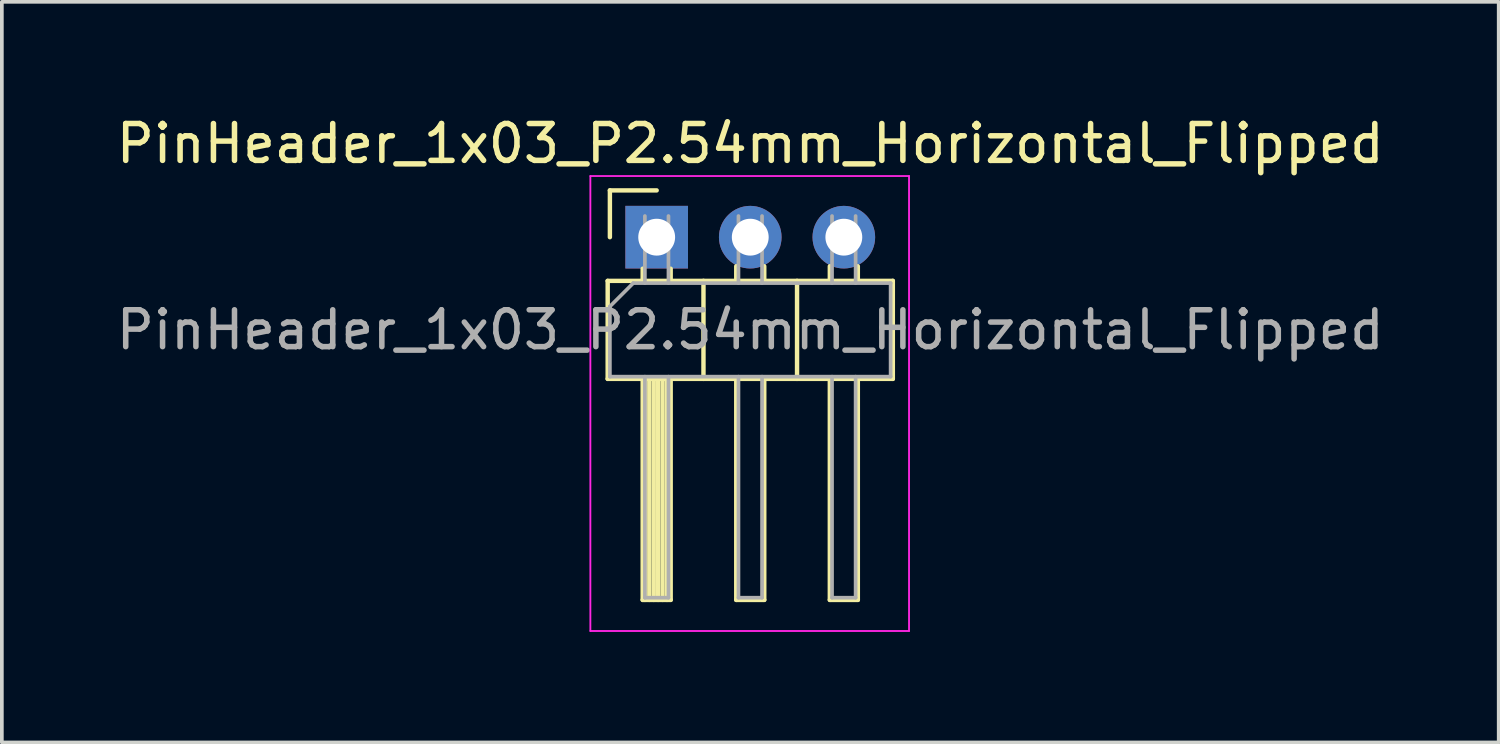
<source format=kicad_pcb>
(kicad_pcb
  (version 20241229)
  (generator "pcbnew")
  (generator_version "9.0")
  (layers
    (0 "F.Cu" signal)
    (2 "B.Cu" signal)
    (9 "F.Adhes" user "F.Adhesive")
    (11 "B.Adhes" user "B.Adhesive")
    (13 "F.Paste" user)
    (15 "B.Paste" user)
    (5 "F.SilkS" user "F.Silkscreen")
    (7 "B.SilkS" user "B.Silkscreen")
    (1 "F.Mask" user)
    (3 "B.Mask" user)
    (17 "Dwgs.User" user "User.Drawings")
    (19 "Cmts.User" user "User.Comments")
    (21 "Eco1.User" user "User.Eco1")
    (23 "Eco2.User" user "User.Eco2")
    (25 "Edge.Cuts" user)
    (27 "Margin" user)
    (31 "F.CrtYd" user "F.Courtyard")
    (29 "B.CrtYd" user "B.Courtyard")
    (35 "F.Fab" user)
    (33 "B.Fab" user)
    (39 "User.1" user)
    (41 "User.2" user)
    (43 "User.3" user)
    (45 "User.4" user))
  (footprint "PinHeader_1x03_P2.54mm_Horizontal_Flipped"
    (layer "F.Cu")
    (at 17.315 7.833)
    (property "Reference" "PinHeader_1x03_P2.54mm_Horizontal_Flipped" (at 0 -6.985 0) (layer "F.SilkS") (effects (font (size 1 1) (thickness 0.15))))
    (attr through_hole)
    (fp_line (start -3.87 -3.259) (end 3.87 -3.259) (stroke (width 0.12) (type solid)) (layer "F.SilkS"))
    (fp_line (start -3.87 -0.599) (end -3.87 -3.259) (stroke (width 0.12) (type solid)) (layer "F.SilkS"))
    (fp_line (start -3.81 -5.715) (end -3.81 -4.445) (stroke (width 0.12) (type solid)) (layer "F.SilkS"))
    (fp_line (start -2.92 -3.589) (end -2.92 -3.259) (stroke (width 0.12) (type solid)) (layer "F.SilkS"))
    (fp_line (start -2.92 -0.599) (end -2.92 5.401) (stroke (width 0.12) (type solid)) (layer "F.SilkS"))
    (fp_line (start -2.92 5.401) (end -2.16 5.401) (stroke (width 0.12) (type solid)) (layer "F.SilkS"))
    (fp_line (start -2.86 -0.599) (end -2.86 5.401) (stroke (width 0.12) (type solid)) (layer "F.SilkS"))
    (fp_line (start -2.74 -0.599) (end -2.74 5.401) (stroke (width 0.12) (type solid)) (layer "F.SilkS"))
    (fp_line (start -2.62 -0.599) (end -2.62 5.401) (stroke (width 0.12) (type solid)) (layer "F.SilkS"))
    (fp_line (start -2.54 -5.715) (end -3.81 -5.715) (stroke (width 0.12) (type solid)) (layer "F.SilkS"))
    (fp_line (start -2.5 -0.599) (end -2.5 5.401) (stroke (width 0.12) (type solid)) (layer "F.SilkS"))
    (fp_line (start -2.38 -0.599) (end -2.38 5.401) (stroke (width 0.12) (type solid)) (layer "F.SilkS"))
    (fp_line (start -2.26 -0.599) (end -2.26 5.401) (stroke (width 0.12) (type solid)) (layer "F.SilkS"))
    (fp_line (start -2.16 -3.589) (end -2.16 -3.259) (stroke (width 0.12) (type solid)) (layer "F.SilkS"))
    (fp_line (start -2.16 5.401) (end -2.16 -0.599) (stroke (width 0.12) (type solid)) (layer "F.SilkS"))
    (fp_line (start -1.27 -3.259) (end -1.27 -0.599) (stroke (width 0.12) (type solid)) (layer "F.SilkS"))
    (fp_line (start -0.38 -3.656) (end -0.38 -3.259) (stroke (width 0.12) (type solid)) (layer "F.SilkS"))
    (fp_line (start -0.38 -0.599) (end -0.38 5.401) (stroke (width 0.12) (type solid)) (layer "F.SilkS"))
    (fp_line (start -0.38 5.401) (end 0.38 5.401) (stroke (width 0.12) (type solid)) (layer "F.SilkS"))
    (fp_line (start 0.38 -3.656) (end 0.38 -3.259) (stroke (width 0.12) (type solid)) (layer "F.SilkS"))
    (fp_line (start 0.38 5.401) (end 0.38 -0.599) (stroke (width 0.12) (type solid)) (layer "F.SilkS"))
    (fp_line (start 1.27 -3.259) (end 1.27 -0.599) (stroke (width 0.12) (type solid)) (layer "F.SilkS"))
    (fp_line (start 2.16 -3.656) (end 2.16 -3.259) (stroke (width 0.12) (type solid)) (layer "F.SilkS"))
    (fp_line (start 2.16 -0.599) (end 2.16 5.401) (stroke (width 0.12) (type solid)) (layer "F.SilkS"))
    (fp_line (start 2.16 5.401) (end 2.92 5.401) (stroke (width 0.12) (type solid)) (layer "F.SilkS"))
    (fp_line (start 2.92 -3.656) (end 2.92 -3.259) (stroke (width 0.12) (type solid)) (layer "F.SilkS"))
    (fp_line (start 2.92 5.401) (end 2.92 -0.599) (stroke (width 0.12) (type solid)) (layer "F.SilkS"))
    (fp_line (start 3.87 -3.259) (end 3.87 -0.599) (stroke (width 0.12) (type solid)) (layer "F.SilkS"))
    (fp_line (start 3.87 -0.599) (end -3.87 -0.599) (stroke (width 0.12) (type solid)) (layer "F.SilkS"))
    (fp_line (start -4.34 -6.105) (end -4.34 6.245) (stroke (width 0.05) (type solid)) (layer "F.CrtYd"))
    (fp_line (start -4.34 6.245) (end 4.31 6.245) (stroke (width 0.05) (type solid)) (layer "F.CrtYd"))
    (fp_line (start 4.31 -6.105) (end -4.34 -6.105) (stroke (width 0.05) (type solid)) (layer "F.CrtYd"))
    (fp_line (start 4.31 6.245) (end 4.31 -6.105) (stroke (width 0.05) (type solid)) (layer "F.CrtYd"))
    (fp_line (start -3.81 -2.564) (end -3.81 -0.659) (stroke (width 0.1) (type solid)) (layer "F.Fab"))
    (fp_line (start -3.81 -0.659) (end 3.81 -0.659) (stroke (width 0.1) (type solid)) (layer "F.Fab"))
    (fp_line (start -3.175 -3.199) (end -3.81 -2.564) (stroke (width 0.1) (type solid)) (layer "F.Fab"))
    (fp_line (start -2.86 -5.019) (end -2.86 -3.199) (stroke (width 0.1) (type solid)) (layer "F.Fab"))
    (fp_line (start -2.86 -4.125) (end -2.22 -4.125) (stroke (width 0.1) (type solid)) (layer "F.Fab"))
    (fp_line (start -2.86 -0.659) (end -2.86 5.341) (stroke (width 0.1) (type solid)) (layer "F.Fab"))
    (fp_line (start -2.86 5.341) (end -2.22 5.341) (stroke (width 0.1) (type solid)) (layer "F.Fab"))
    (fp_line (start -2.22 -5.019) (end -2.22 -3.199) (stroke (width 0.1) (type solid)) (layer "F.Fab"))
    (fp_line (start -2.22 -0.659) (end -2.22 5.341) (stroke (width 0.1) (type solid)) (layer "F.Fab"))
    (fp_line (start -0.32 -5.019) (end -0.32 -3.199) (stroke (width 0.1) (type solid)) (layer "F.Fab"))
    (fp_line (start -0.32 -4.125) (end 0.32 -4.125) (stroke (width 0.1) (type solid)) (layer "F.Fab"))
    (fp_line (start -0.32 -0.659) (end -0.32 5.341) (stroke (width 0.1) (type solid)) (layer "F.Fab"))
    (fp_line (start -0.32 5.341) (end 0.32 5.341) (stroke (width 0.1) (type solid)) (layer "F.Fab"))
    (fp_line (start 0.32 -5.019) (end 0.32 -3.199) (stroke (width 0.1) (type solid)) (layer "F.Fab"))
    (fp_line (start 0.32 -0.659) (end 0.32 5.341) (stroke (width 0.1) (type solid)) (layer "F.Fab"))
    (fp_line (start 2.22 -5.019) (end 2.22 -3.199) (stroke (width 0.1) (type solid)) (layer "F.Fab"))
    (fp_line (start 2.22 -4.125) (end 2.86 -4.125) (stroke (width 0.1) (type solid)) (layer "F.Fab"))
    (fp_line (start 2.22 -0.659) (end 2.22 5.341) (stroke (width 0.1) (type solid)) (layer "F.Fab"))
    (fp_line (start 2.22 5.341) (end 2.86 5.341) (stroke (width 0.1) (type solid)) (layer "F.Fab"))
    (fp_line (start 2.86 -5.019) (end 2.86 -3.199) (stroke (width 0.1) (type solid)) (layer "F.Fab"))
    (fp_line (start 2.86 -0.659) (end 2.86 5.341) (stroke (width 0.1) (type solid)) (layer "F.Fab"))
    (fp_line (start 3.81 -3.199) (end -3.175 -3.199) (stroke (width 0.1) (type solid)) (layer "F.Fab"))
    (fp_line (start 3.81 -0.659) (end 3.81 -3.199) (stroke (width 0.1) (type solid)) (layer "F.Fab"))
    (fp_text user "${REFERENCE}" (at 0 -1.929 0) (layer "F.Fab") (effects (font (size 1 1) (thickness 0.15))))
    (pad "1" thru_hole rect (at -2.54 -4.445 90) (size 1.7 1.7) (drill 1) (layers "*.Cu" "*.Mask"))
    (pad "2" thru_hole oval (at 0 -4.445 90) (size 1.7 1.7) (drill 1) (layers "*.Cu" "*.Mask"))
    (pad "3" thru_hole oval (at 2.54 -4.445 90) (size 1.7 1.7) (drill 1) (layers "*.Cu" "*.Mask")))
  (gr_rect
    (start -3 -3)
    (end 37.631 17.103)
    (stroke (width 0.1) (type default))
    (fill no)
    (layer "Edge.Cuts")))
</source>
